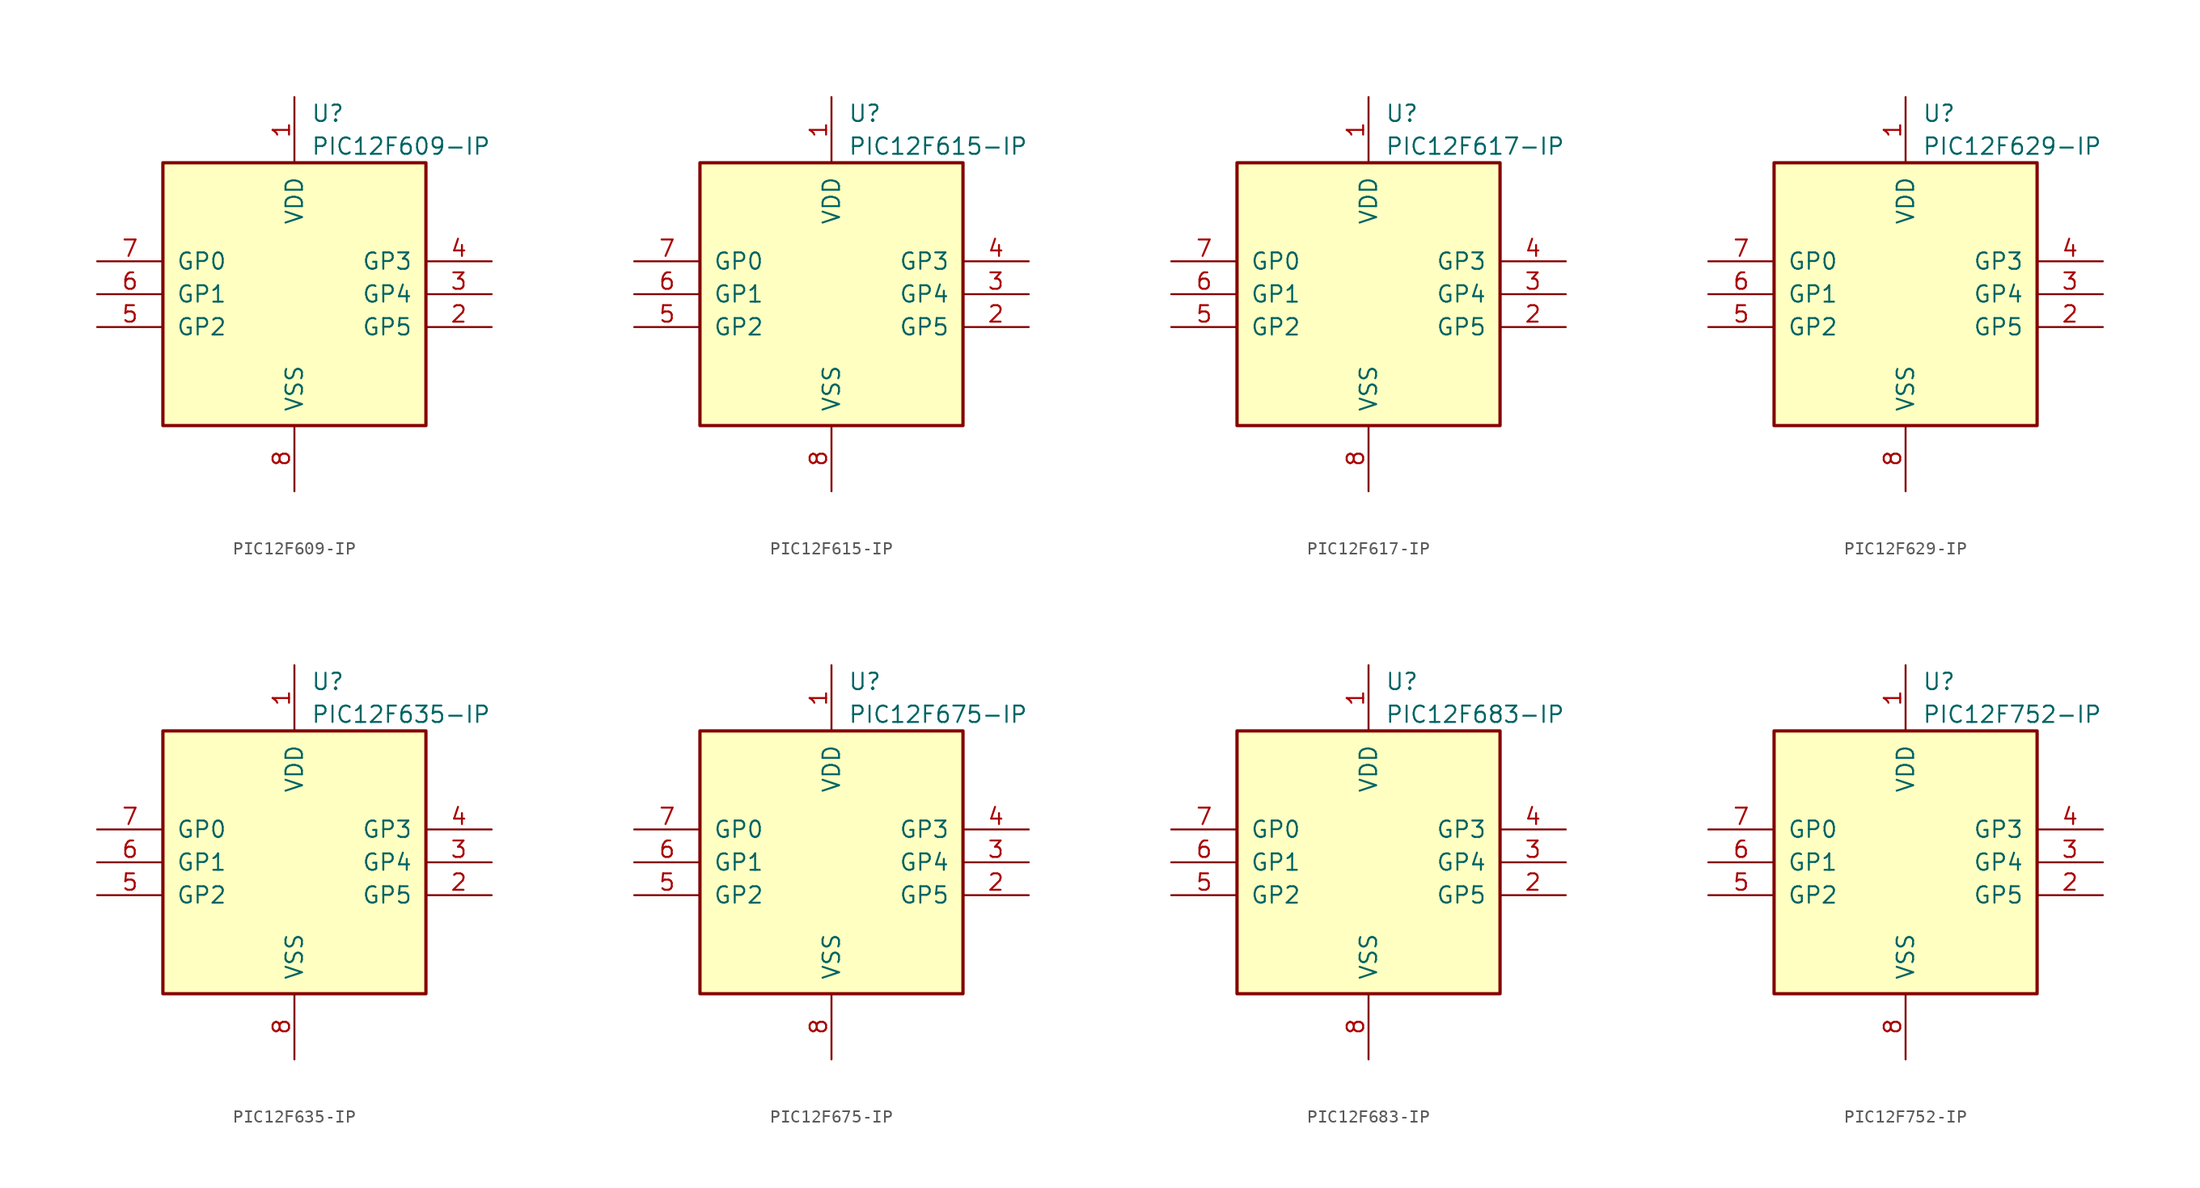
<source format=kicad_sym>
(kicad_symbol_lib
  (version 20201005)
  (generator kicad_symbol_editor)
  (symbol "PIC12F609-IP"
    (pin_names
      (offset 1.016))
    (property "Reference" "U"
      (at 1.27 13.97 0)
      (effects (font (size 1.27 1.27)) (justify left)))
    (property "Value" "PIC12F609-IP"
      (at 1.27 11.43 0)
      (effects (font (size 1.27 1.27)) (justify left)))
    (symbol "PIC12F609-IP_0_1"
      (rectangle (start 10.16 -10.16) (end -10.16 10.16) (stroke (width 0.254)) (fill (type background))))
    (symbol "PIC12F609-IP_1_1"
      (pin power_in line (at 0 15.24 270) (length 5.08) (name "VDD" (effects (font (size 1.27 1.27)))) (number "1" (effects (font (size 1.27 1.27)))))
      (pin bidirectional line (at 15.24 -2.54 180) (length 5.08) (name "GP5" (effects (font (size 1.27 1.27)))) (number "2" (effects (font (size 1.27 1.27)))))
      (pin bidirectional line (at 15.24 0 180) (length 5.08) (name "GP4" (effects (font (size 1.27 1.27)))) (number "3" (effects (font (size 1.27 1.27)))))
      (pin input line (at 15.24 2.54 180) (length 5.08) (name "GP3" (effects (font (size 1.27 1.27)))) (number "4" (effects (font (size 1.27 1.27)))))
      (pin bidirectional line (at -15.24 -2.54 0) (length 5.08) (name "GP2" (effects (font (size 1.27 1.27)))) (number "5" (effects (font (size 1.27 1.27)))))
      (pin bidirectional line (at -15.24 0 0) (length 5.08) (name "GP1" (effects (font (size 1.27 1.27)))) (number "6" (effects (font (size 1.27 1.27)))))
      (pin bidirectional line (at -15.24 2.54 0) (length 5.08) (name "GP0" (effects (font (size 1.27 1.27)))) (number "7" (effects (font (size 1.27 1.27)))))
      (pin power_in line (at 0 -15.24 90) (length 5.08) (name "VSS" (effects (font (size 1.27 1.27)))) (number "8" (effects (font (size 1.27 1.27)))))))
  (symbol "PIC12F615-IP"
    (pin_names
      (offset 1.016))
    (property "Reference" "U"
      (at 1.27 13.97 0)
      (effects (font (size 1.27 1.27)) (justify left)))
    (property "Value" "PIC12F615-IP"
      (at 1.27 11.43 0)
      (effects (font (size 1.27 1.27)) (justify left)))
    (symbol "PIC12F615-IP_0_1"
      (rectangle (start 10.16 -10.16) (end -10.16 10.16) (stroke (width 0.254)) (fill (type background))))
    (symbol "PIC12F615-IP_1_1"
      (pin power_in line (at 0 15.24 270) (length 5.08) (name "VDD" (effects (font (size 1.27 1.27)))) (number "1" (effects (font (size 1.27 1.27)))))
      (pin bidirectional line (at 15.24 -2.54 180) (length 5.08) (name "GP5" (effects (font (size 1.27 1.27)))) (number "2" (effects (font (size 1.27 1.27)))))
      (pin bidirectional line (at 15.24 0 180) (length 5.08) (name "GP4" (effects (font (size 1.27 1.27)))) (number "3" (effects (font (size 1.27 1.27)))))
      (pin input line (at 15.24 2.54 180) (length 5.08) (name "GP3" (effects (font (size 1.27 1.27)))) (number "4" (effects (font (size 1.27 1.27)))))
      (pin bidirectional line (at -15.24 -2.54 0) (length 5.08) (name "GP2" (effects (font (size 1.27 1.27)))) (number "5" (effects (font (size 1.27 1.27)))))
      (pin bidirectional line (at -15.24 0 0) (length 5.08) (name "GP1" (effects (font (size 1.27 1.27)))) (number "6" (effects (font (size 1.27 1.27)))))
      (pin bidirectional line (at -15.24 2.54 0) (length 5.08) (name "GP0" (effects (font (size 1.27 1.27)))) (number "7" (effects (font (size 1.27 1.27)))))
      (pin power_in line (at 0 -15.24 90) (length 5.08) (name "VSS" (effects (font (size 1.27 1.27)))) (number "8" (effects (font (size 1.27 1.27)))))))
  (symbol "PIC12F617-IP"
    (pin_names
      (offset 1.016))
    (property "Reference" "U"
      (at 1.27 13.97 0)
      (effects (font (size 1.27 1.27)) (justify left)))
    (property "Value" "PIC12F617-IP"
      (at 1.27 11.43 0)
      (effects (font (size 1.27 1.27)) (justify left)))
    (symbol "PIC12F617-IP_0_1"
      (rectangle (start 10.16 -10.16) (end -10.16 10.16) (stroke (width 0.254)) (fill (type background))))
    (symbol "PIC12F617-IP_1_1"
      (pin power_in line (at 0 15.24 270) (length 5.08) (name "VDD" (effects (font (size 1.27 1.27)))) (number "1" (effects (font (size 1.27 1.27)))))
      (pin bidirectional line (at 15.24 -2.54 180) (length 5.08) (name "GP5" (effects (font (size 1.27 1.27)))) (number "2" (effects (font (size 1.27 1.27)))))
      (pin bidirectional line (at 15.24 0 180) (length 5.08) (name "GP4" (effects (font (size 1.27 1.27)))) (number "3" (effects (font (size 1.27 1.27)))))
      (pin input line (at 15.24 2.54 180) (length 5.08) (name "GP3" (effects (font (size 1.27 1.27)))) (number "4" (effects (font (size 1.27 1.27)))))
      (pin bidirectional line (at -15.24 -2.54 0) (length 5.08) (name "GP2" (effects (font (size 1.27 1.27)))) (number "5" (effects (font (size 1.27 1.27)))))
      (pin bidirectional line (at -15.24 0 0) (length 5.08) (name "GP1" (effects (font (size 1.27 1.27)))) (number "6" (effects (font (size 1.27 1.27)))))
      (pin bidirectional line (at -15.24 2.54 0) (length 5.08) (name "GP0" (effects (font (size 1.27 1.27)))) (number "7" (effects (font (size 1.27 1.27)))))
      (pin power_in line (at 0 -15.24 90) (length 5.08) (name "VSS" (effects (font (size 1.27 1.27)))) (number "8" (effects (font (size 1.27 1.27)))))))
  (symbol "PIC12F629-IP"
    (pin_names
      (offset 1.016))
    (property "Reference" "U"
      (at 1.27 13.97 0)
      (effects (font (size 1.27 1.27)) (justify left)))
    (property "Value" "PIC12F629-IP"
      (at 1.27 11.43 0)
      (effects (font (size 1.27 1.27)) (justify left)))
    (symbol "PIC12F629-IP_0_1"
      (rectangle (start 10.16 -10.16) (end -10.16 10.16) (stroke (width 0.254)) (fill (type background))))
    (symbol "PIC12F629-IP_1_1"
      (pin power_in line (at 0 15.24 270) (length 5.08) (name "VDD" (effects (font (size 1.27 1.27)))) (number "1" (effects (font (size 1.27 1.27)))))
      (pin bidirectional line (at 15.24 -2.54 180) (length 5.08) (name "GP5" (effects (font (size 1.27 1.27)))) (number "2" (effects (font (size 1.27 1.27)))))
      (pin bidirectional line (at 15.24 0 180) (length 5.08) (name "GP4" (effects (font (size 1.27 1.27)))) (number "3" (effects (font (size 1.27 1.27)))))
      (pin input line (at 15.24 2.54 180) (length 5.08) (name "GP3" (effects (font (size 1.27 1.27)))) (number "4" (effects (font (size 1.27 1.27)))))
      (pin bidirectional line (at -15.24 -2.54 0) (length 5.08) (name "GP2" (effects (font (size 1.27 1.27)))) (number "5" (effects (font (size 1.27 1.27)))))
      (pin bidirectional line (at -15.24 0 0) (length 5.08) (name "GP1" (effects (font (size 1.27 1.27)))) (number "6" (effects (font (size 1.27 1.27)))))
      (pin bidirectional line (at -15.24 2.54 0) (length 5.08) (name "GP0" (effects (font (size 1.27 1.27)))) (number "7" (effects (font (size 1.27 1.27)))))
      (pin power_in line (at 0 -15.24 90) (length 5.08) (name "VSS" (effects (font (size 1.27 1.27)))) (number "8" (effects (font (size 1.27 1.27)))))))
  (symbol "PIC12F635-IP"
    (pin_names
      (offset 1.016))
    (property "Reference" "U"
      (at 1.27 13.97 0)
      (effects (font (size 1.27 1.27)) (justify left)))
    (property "Value" "PIC12F635-IP"
      (at 1.27 11.43 0)
      (effects (font (size 1.27 1.27)) (justify left)))
    (symbol "PIC12F635-IP_0_1"
      (rectangle (start 10.16 -10.16) (end -10.16 10.16) (stroke (width 0.254)) (fill (type background))))
    (symbol "PIC12F635-IP_1_1"
      (pin power_in line (at 0 15.24 270) (length 5.08) (name "VDD" (effects (font (size 1.27 1.27)))) (number "1" (effects (font (size 1.27 1.27)))))
      (pin bidirectional line (at 15.24 -2.54 180) (length 5.08) (name "GP5" (effects (font (size 1.27 1.27)))) (number "2" (effects (font (size 1.27 1.27)))))
      (pin bidirectional line (at 15.24 0 180) (length 5.08) (name "GP4" (effects (font (size 1.27 1.27)))) (number "3" (effects (font (size 1.27 1.27)))))
      (pin input line (at 15.24 2.54 180) (length 5.08) (name "GP3" (effects (font (size 1.27 1.27)))) (number "4" (effects (font (size 1.27 1.27)))))
      (pin bidirectional line (at -15.24 -2.54 0) (length 5.08) (name "GP2" (effects (font (size 1.27 1.27)))) (number "5" (effects (font (size 1.27 1.27)))))
      (pin bidirectional line (at -15.24 0 0) (length 5.08) (name "GP1" (effects (font (size 1.27 1.27)))) (number "6" (effects (font (size 1.27 1.27)))))
      (pin bidirectional line (at -15.24 2.54 0) (length 5.08) (name "GP0" (effects (font (size 1.27 1.27)))) (number "7" (effects (font (size 1.27 1.27)))))
      (pin power_in line (at 0 -15.24 90) (length 5.08) (name "VSS" (effects (font (size 1.27 1.27)))) (number "8" (effects (font (size 1.27 1.27)))))))
  (symbol "PIC12F675-IP"
    (pin_names
      (offset 1.016))
    (property "Reference" "U"
      (at 1.27 13.97 0)
      (effects (font (size 1.27 1.27)) (justify left)))
    (property "Value" "PIC12F675-IP"
      (at 1.27 11.43 0)
      (effects (font (size 1.27 1.27)) (justify left)))
    (symbol "PIC12F675-IP_0_1"
      (rectangle (start 10.16 -10.16) (end -10.16 10.16) (stroke (width 0.254)) (fill (type background))))
    (symbol "PIC12F675-IP_1_1"
      (pin power_in line (at 0 15.24 270) (length 5.08) (name "VDD" (effects (font (size 1.27 1.27)))) (number "1" (effects (font (size 1.27 1.27)))))
      (pin bidirectional line (at 15.24 -2.54 180) (length 5.08) (name "GP5" (effects (font (size 1.27 1.27)))) (number "2" (effects (font (size 1.27 1.27)))))
      (pin bidirectional line (at 15.24 0 180) (length 5.08) (name "GP4" (effects (font (size 1.27 1.27)))) (number "3" (effects (font (size 1.27 1.27)))))
      (pin input line (at 15.24 2.54 180) (length 5.08) (name "GP3" (effects (font (size 1.27 1.27)))) (number "4" (effects (font (size 1.27 1.27)))))
      (pin bidirectional line (at -15.24 -2.54 0) (length 5.08) (name "GP2" (effects (font (size 1.27 1.27)))) (number "5" (effects (font (size 1.27 1.27)))))
      (pin bidirectional line (at -15.24 0 0) (length 5.08) (name "GP1" (effects (font (size 1.27 1.27)))) (number "6" (effects (font (size 1.27 1.27)))))
      (pin bidirectional line (at -15.24 2.54 0) (length 5.08) (name "GP0" (effects (font (size 1.27 1.27)))) (number "7" (effects (font (size 1.27 1.27)))))
      (pin power_in line (at 0 -15.24 90) (length 5.08) (name "VSS" (effects (font (size 1.27 1.27)))) (number "8" (effects (font (size 1.27 1.27)))))))
  (symbol "PIC12F683-IP"
    (pin_names
      (offset 1.016))
    (property "Reference" "U"
      (at 1.27 13.97 0)
      (effects (font (size 1.27 1.27)) (justify left)))
    (property "Value" "PIC12F683-IP"
      (at 1.27 11.43 0)
      (effects (font (size 1.27 1.27)) (justify left)))
    (symbol "PIC12F683-IP_0_1"
      (rectangle (start 10.16 -10.16) (end -10.16 10.16) (stroke (width 0.254)) (fill (type background))))
    (symbol "PIC12F683-IP_1_1"
      (pin power_in line (at 0 15.24 270) (length 5.08) (name "VDD" (effects (font (size 1.27 1.27)))) (number "1" (effects (font (size 1.27 1.27)))))
      (pin bidirectional line (at 15.24 -2.54 180) (length 5.08) (name "GP5" (effects (font (size 1.27 1.27)))) (number "2" (effects (font (size 1.27 1.27)))))
      (pin bidirectional line (at 15.24 0 180) (length 5.08) (name "GP4" (effects (font (size 1.27 1.27)))) (number "3" (effects (font (size 1.27 1.27)))))
      (pin input line (at 15.24 2.54 180) (length 5.08) (name "GP3" (effects (font (size 1.27 1.27)))) (number "4" (effects (font (size 1.27 1.27)))))
      (pin bidirectional line (at -15.24 -2.54 0) (length 5.08) (name "GP2" (effects (font (size 1.27 1.27)))) (number "5" (effects (font (size 1.27 1.27)))))
      (pin bidirectional line (at -15.24 0 0) (length 5.08) (name "GP1" (effects (font (size 1.27 1.27)))) (number "6" (effects (font (size 1.27 1.27)))))
      (pin bidirectional line (at -15.24 2.54 0) (length 5.08) (name "GP0" (effects (font (size 1.27 1.27)))) (number "7" (effects (font (size 1.27 1.27)))))
      (pin power_in line (at 0 -15.24 90) (length 5.08) (name "VSS" (effects (font (size 1.27 1.27)))) (number "8" (effects (font (size 1.27 1.27)))))))
  (symbol "PIC12F752-IP"
    (pin_names
      (offset 1.016))
    (property "Reference" "U"
      (at 1.27 13.97 0)
      (effects (font (size 1.27 1.27)) (justify left)))
    (property "Value" "PIC12F752-IP"
      (at 1.27 11.43 0)
      (effects (font (size 1.27 1.27)) (justify left)))
    (symbol "PIC12F752-IP_0_1"
      (rectangle (start 10.16 -10.16) (end -10.16 10.16) (stroke (width 0.254)) (fill (type background))))
    (symbol "PIC12F752-IP_1_1"
      (pin power_in line (at 0 15.24 270) (length 5.08) (name "VDD" (effects (font (size 1.27 1.27)))) (number "1" (effects (font (size 1.27 1.27)))))
      (pin bidirectional line (at 15.24 -2.54 180) (length 5.08) (name "GP5" (effects (font (size 1.27 1.27)))) (number "2" (effects (font (size 1.27 1.27)))))
      (pin bidirectional line (at 15.24 0 180) (length 5.08) (name "GP4" (effects (font (size 1.27 1.27)))) (number "3" (effects (font (size 1.27 1.27)))))
      (pin input line (at 15.24 2.54 180) (length 5.08) (name "GP3" (effects (font (size 1.27 1.27)))) (number "4" (effects (font (size 1.27 1.27)))))
      (pin bidirectional line (at -15.24 -2.54 0) (length 5.08) (name "GP2" (effects (font (size 1.27 1.27)))) (number "5" (effects (font (size 1.27 1.27)))))
      (pin bidirectional line (at -15.24 0 0) (length 5.08) (name "GP1" (effects (font (size 1.27 1.27)))) (number "6" (effects (font (size 1.27 1.27)))))
      (pin bidirectional line (at -15.24 2.54 0) (length 5.08) (name "GP0" (effects (font (size 1.27 1.27)))) (number "7" (effects (font (size 1.27 1.27)))))
      (pin power_in line (at 0 -15.24 90) (length 5.08) (name "VSS" (effects (font (size 1.27 1.27)))) (number "8" (effects (font (size 1.27 1.27))))))))
</source>
